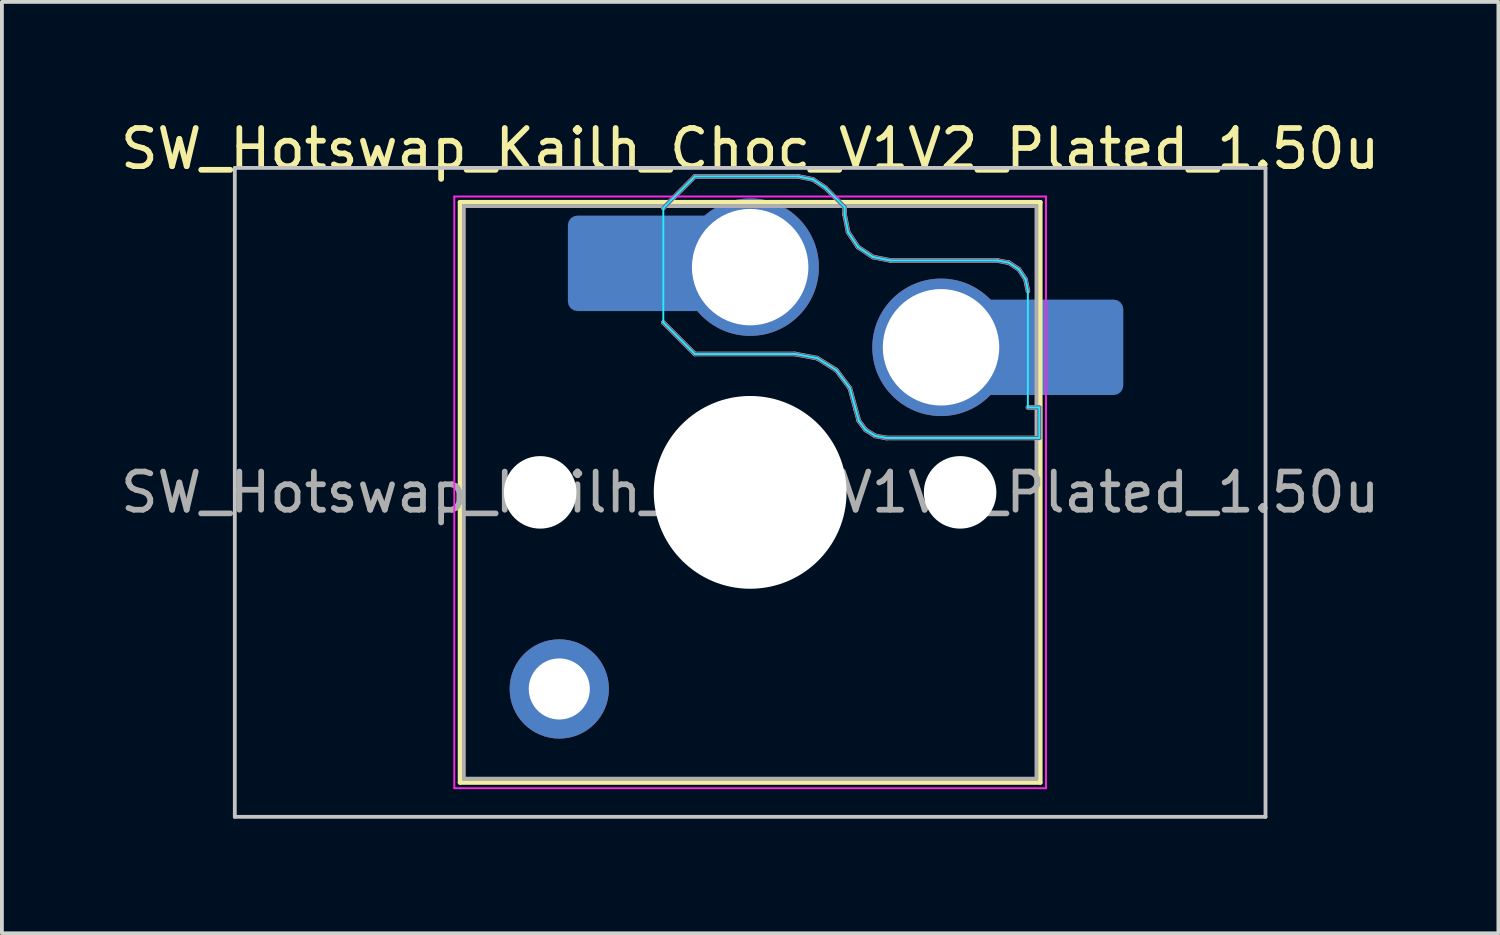
<source format=kicad_pcb>
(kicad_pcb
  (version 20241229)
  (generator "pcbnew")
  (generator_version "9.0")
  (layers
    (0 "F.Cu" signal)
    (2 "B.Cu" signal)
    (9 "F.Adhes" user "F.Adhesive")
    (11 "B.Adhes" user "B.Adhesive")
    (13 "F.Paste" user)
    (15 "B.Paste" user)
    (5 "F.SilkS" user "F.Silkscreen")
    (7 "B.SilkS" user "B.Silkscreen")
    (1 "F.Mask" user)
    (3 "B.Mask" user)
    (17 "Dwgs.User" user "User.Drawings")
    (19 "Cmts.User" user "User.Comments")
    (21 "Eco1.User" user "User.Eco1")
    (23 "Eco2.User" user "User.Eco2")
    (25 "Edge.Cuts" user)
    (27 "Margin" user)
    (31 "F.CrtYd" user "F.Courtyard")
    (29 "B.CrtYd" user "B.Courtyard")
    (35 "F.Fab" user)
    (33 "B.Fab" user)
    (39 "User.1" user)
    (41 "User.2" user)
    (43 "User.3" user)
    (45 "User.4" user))
  (footprint "SW_Hotswap_Kailh_Choc_V1V2_Plated_1.50u"
    (layer "F.Cu")
    (at 16.601 9.848)
    (property "Reference" "SW_Hotswap_Kailh_Choc_V1V2_Plated_1.50u" (at 0 -9 0) (layer "F.SilkS") (effects (font (size 1 1) (thickness 0.15))))
    (attr smd)
    (fp_line (start -7.6 -7.6) (end -7.6 7.6) (stroke (width 0.12) (type solid)) (layer "F.SilkS"))
    (fp_line (start -7.6 7.6) (end 7.6 7.6) (stroke (width 0.12) (type solid)) (layer "F.SilkS"))
    (fp_line (start 7.6 -7.6) (end -7.6 -7.6) (stroke (width 0.12) (type solid)) (layer "F.SilkS"))
    (fp_line (start 7.6 7.6) (end 7.6 -7.6) (stroke (width 0.12) (type solid)) (layer "F.SilkS"))
    (fp_line (start -2.275 -7.45) (end -1.45 -8.275) (stroke (width 0.12) (type solid)) (layer "B.SilkS"))
    (fp_line (start -1.45 -8.275) (end 1.261 -8.275) (stroke (width 0.12) (type solid)) (layer "B.SilkS"))
    (fp_line (start -1.45 -3.625) (end -2.275 -4.45) (stroke (width 0.12) (type solid)) (layer "B.SilkS"))
    (fp_line (start 1.175 -3.625) (end -1.45 -3.625) (stroke (width 0.12) (type solid)) (layer "B.SilkS"))
    (fp_line (start 1.261 -8.275) (end 1.643 -8.199) (stroke (width 0.12) (type solid)) (layer "B.SilkS"))
    (fp_line (start 1.643 -8.199) (end 1.968 -7.982) (stroke (width 0.12) (type solid)) (layer "B.SilkS"))
    (fp_line (start 1.756 -3.516) (end 1.175 -3.625) (stroke (width 0.12) (type solid)) (layer "B.SilkS"))
    (fp_line (start 1.968 -7.982) (end 2.475 -7.475) (stroke (width 0.12) (type solid)) (layer "B.SilkS"))
    (fp_line (start 2.258 -3.203) (end 1.756 -3.516) (stroke (width 0.12) (type solid)) (layer "B.SilkS"))
    (fp_line (start 2.475 -7.475) (end 2.475 -7.275) (stroke (width 0.12) (type solid)) (layer "B.SilkS"))
    (fp_line (start 2.475 -7.275) (end 2.566 -6.816) (stroke (width 0.12) (type solid)) (layer "B.SilkS"))
    (fp_line (start 2.566 -6.816) (end 2.826 -6.426) (stroke (width 0.12) (type solid)) (layer "B.SilkS"))
    (fp_line (start 2.612 -2.729) (end 2.258 -3.203) (stroke (width 0.12) (type solid)) (layer "B.SilkS"))
    (fp_line (start 2.769 -2.158) (end 2.612 -2.729) (stroke (width 0.12) (type solid)) (layer "B.SilkS"))
    (fp_line (start 2.826 -6.426) (end 3.216 -6.166) (stroke (width 0.12) (type solid)) (layer "B.SilkS"))
    (fp_line (start 2.848 -1.873) (end 2.769 -2.158) (stroke (width 0.12) (type solid)) (layer "B.SilkS"))
    (fp_line (start 3.025 -1.636) (end 2.848 -1.873) (stroke (width 0.12) (type solid)) (layer "B.SilkS"))
    (fp_line (start 3.216 -6.166) (end 3.675 -6.075) (stroke (width 0.12) (type solid)) (layer "B.SilkS"))
    (fp_line (start 3.276 -1.48) (end 3.025 -1.636) (stroke (width 0.12) (type solid)) (layer "B.SilkS"))
    (fp_line (start 3.567 -1.425) (end 3.276 -1.48) (stroke (width 0.12) (type solid)) (layer "B.SilkS"))
    (fp_line (start 3.675 -6.075) (end 6.475 -6.075) (stroke (width 0.12) (type solid)) (layer "B.SilkS"))
    (fp_line (start 6.475 -6.075) (end 6.781 -6.014) (stroke (width 0.12) (type solid)) (layer "B.SilkS"))
    (fp_line (start 6.781 -6.014) (end 7.041 -5.841) (stroke (width 0.12) (type solid)) (layer "B.SilkS"))
    (fp_line (start 7.041 -5.841) (end 7.214 -5.581) (stroke (width 0.12) (type solid)) (layer "B.SilkS"))
    (fp_line (start 7.214 -5.581) (end 7.275 -5.275) (stroke (width 0.12) (type solid)) (layer "B.SilkS"))
    (fp_line (start 7.275 -2.225) (end 7.575 -2.225) (stroke (width 0.12) (type solid)) (layer "B.SilkS"))
    (fp_line (start 7.575 -2.225) (end 7.575 -1.425) (stroke (width 0.12) (type solid)) (layer "B.SilkS"))
    (fp_line (start 7.575 -1.425) (end 3.567 -1.425) (stroke (width 0.12) (type solid)) (layer "B.SilkS"))
    (fp_line (start -13.5 -8.5) (end -13.5 8.5) (stroke (width 0.1) (type solid)) (layer "Dwgs.User"))
    (fp_line (start -13.5 8.5) (end 13.5 8.5) (stroke (width 0.1) (type solid)) (layer "Dwgs.User"))
    (fp_line (start 13.5 -8.5) (end -13.5 -8.5) (stroke (width 0.1) (type solid)) (layer "Dwgs.User"))
    (fp_line (start 13.5 8.5) (end 13.5 -8.5) (stroke (width 0.1) (type solid)) (layer "Dwgs.User"))
    (fp_line (start -7.25 -7.25) (end -7.25 7.25) (stroke (width 0.1) (type solid)) (layer "Eco1.User"))
    (fp_line (start -7.25 7.25) (end 7.25 7.25) (stroke (width 0.1) (type solid)) (layer "Eco1.User"))
    (fp_line (start 7.25 -7.25) (end -7.25 -7.25) (stroke (width 0.1) (type solid)) (layer "Eco1.User"))
    (fp_line (start 7.25 7.25) (end 7.25 -7.25) (stroke (width 0.1) (type solid)) (layer "Eco1.User"))
    (fp_line (start -2.275 -7.45) (end -1.45 -8.275) (stroke (width 0.05) (type solid)) (layer "B.CrtYd"))
    (fp_line (start -2.275 -4.45) (end -2.275 -7.45) (stroke (width 0.05) (type solid)) (layer "B.CrtYd"))
    (fp_line (start -1.45 -8.275) (end 1.261 -8.275) (stroke (width 0.05) (type solid)) (layer "B.CrtYd"))
    (fp_line (start -1.45 -3.625) (end -2.275 -4.45) (stroke (width 0.05) (type solid)) (layer "B.CrtYd"))
    (fp_line (start 1.175 -3.625) (end -1.45 -3.625) (stroke (width 0.05) (type solid)) (layer "B.CrtYd"))
    (fp_line (start 1.261 -8.275) (end 1.643 -8.199) (stroke (width 0.05) (type solid)) (layer "B.CrtYd"))
    (fp_line (start 1.643 -8.199) (end 1.968 -7.982) (stroke (width 0.05) (type solid)) (layer "B.CrtYd"))
    (fp_line (start 1.756 -3.516) (end 1.175 -3.625) (stroke (width 0.05) (type solid)) (layer "B.CrtYd"))
    (fp_line (start 1.968 -7.982) (end 2.475 -7.475) (stroke (width 0.05) (type solid)) (layer "B.CrtYd"))
    (fp_line (start 2.258 -3.203) (end 1.756 -3.516) (stroke (width 0.05) (type solid)) (layer "B.CrtYd"))
    (fp_line (start 2.475 -7.475) (end 2.475 -7.275) (stroke (width 0.05) (type solid)) (layer "B.CrtYd"))
    (fp_line (start 2.475 -7.275) (end 2.566 -6.816) (stroke (width 0.05) (type solid)) (layer "B.CrtYd"))
    (fp_line (start 2.566 -6.816) (end 2.826 -6.426) (stroke (width 0.05) (type solid)) (layer "B.CrtYd"))
    (fp_line (start 2.612 -2.729) (end 2.258 -3.203) (stroke (width 0.05) (type solid)) (layer "B.CrtYd"))
    (fp_line (start 2.769 -2.158) (end 2.612 -2.729) (stroke (width 0.05) (type solid)) (layer "B.CrtYd"))
    (fp_line (start 2.826 -6.426) (end 3.216 -6.166) (stroke (width 0.05) (type solid)) (layer "B.CrtYd"))
    (fp_line (start 2.848 -1.873) (end 2.769 -2.158) (stroke (width 0.05) (type solid)) (layer "B.CrtYd"))
    (fp_line (start 3.025 -1.636) (end 2.848 -1.873) (stroke (width 0.05) (type solid)) (layer "B.CrtYd"))
    (fp_line (start 3.216 -6.166) (end 3.675 -6.075) (stroke (width 0.05) (type solid)) (layer "B.CrtYd"))
    (fp_line (start 3.276 -1.48) (end 3.025 -1.636) (stroke (width 0.05) (type solid)) (layer "B.CrtYd"))
    (fp_line (start 3.567 -1.425) (end 3.276 -1.48) (stroke (width 0.05) (type solid)) (layer "B.CrtYd"))
    (fp_line (start 3.675 -6.075) (end 6.475 -6.075) (stroke (width 0.05) (type solid)) (layer "B.CrtYd"))
    (fp_line (start 6.475 -6.075) (end 6.781 -6.014) (stroke (width 0.05) (type solid)) (layer "B.CrtYd"))
    (fp_line (start 6.781 -6.014) (end 7.041 -5.841) (stroke (width 0.05) (type solid)) (layer "B.CrtYd"))
    (fp_line (start 7.041 -5.841) (end 7.214 -5.581) (stroke (width 0.05) (type solid)) (layer "B.CrtYd"))
    (fp_line (start 7.214 -5.581) (end 7.275 -5.275) (stroke (width 0.05) (type solid)) (layer "B.CrtYd"))
    (fp_line (start 7.275 -5.275) (end 7.275 -2.225) (stroke (width 0.05) (type solid)) (layer "B.CrtYd"))
    (fp_line (start 7.275 -2.225) (end 7.575 -2.225) (stroke (width 0.05) (type solid)) (layer "B.CrtYd"))
    (fp_line (start 7.575 -2.225) (end 7.575 -1.425) (stroke (width 0.05) (type solid)) (layer "B.CrtYd"))
    (fp_line (start 7.575 -1.425) (end 3.567 -1.425) (stroke (width 0.05) (type solid)) (layer "B.CrtYd"))
    (fp_line (start -7.75 -7.75) (end -7.75 7.75) (stroke (width 0.05) (type solid)) (layer "F.CrtYd"))
    (fp_line (start -7.75 7.75) (end 7.75 7.75) (stroke (width 0.05) (type solid)) (layer "F.CrtYd"))
    (fp_line (start 7.75 -7.75) (end -7.75 -7.75) (stroke (width 0.05) (type solid)) (layer "F.CrtYd"))
    (fp_line (start 7.75 7.75) (end 7.75 -7.75) (stroke (width 0.05) (type solid)) (layer "F.CrtYd"))
    (fp_line (start -2.275 -7.45) (end -1.45 -8.275) (stroke (width 0.1) (type solid)) (layer "B.Fab"))
    (fp_line (start -1.45 -8.275) (end 1.261 -8.275) (stroke (width 0.1) (type solid)) (layer "B.Fab"))
    (fp_line (start -1.45 -3.625) (end -2.275 -4.45) (stroke (width 0.1) (type solid)) (layer "B.Fab"))
    (fp_line (start 1.175 -3.625) (end -1.45 -3.625) (stroke (width 0.1) (type solid)) (layer "B.Fab"))
    (fp_line (start 1.261 -8.275) (end 1.643 -8.199) (stroke (width 0.1) (type solid)) (layer "B.Fab"))
    (fp_line (start 1.643 -8.199) (end 1.968 -7.982) (stroke (width 0.1) (type solid)) (layer "B.Fab"))
    (fp_line (start 1.756 -3.516) (end 1.175 -3.625) (stroke (width 0.1) (type solid)) (layer "B.Fab"))
    (fp_line (start 1.968 -7.982) (end 2.475 -7.475) (stroke (width 0.1) (type solid)) (layer "B.Fab"))
    (fp_line (start 2.258 -3.203) (end 1.756 -3.516) (stroke (width 0.1) (type solid)) (layer "B.Fab"))
    (fp_line (start 2.475 -7.475) (end 2.475 -7.275) (stroke (width 0.1) (type solid)) (layer "B.Fab"))
    (fp_line (start 2.475 -7.275) (end 2.566 -6.816) (stroke (width 0.1) (type solid)) (layer "B.Fab"))
    (fp_line (start 2.566 -6.816) (end 2.826 -6.426) (stroke (width 0.1) (type solid)) (layer "B.Fab"))
    (fp_line (start 2.612 -2.729) (end 2.258 -3.203) (stroke (width 0.1) (type solid)) (layer "B.Fab"))
    (fp_line (start 2.769 -2.158) (end 2.612 -2.729) (stroke (width 0.1) (type solid)) (layer "B.Fab"))
    (fp_line (start 2.826 -6.426) (end 3.216 -6.166) (stroke (width 0.1) (type solid)) (layer "B.Fab"))
    (fp_line (start 2.848 -1.873) (end 2.769 -2.158) (stroke (width 0.1) (type solid)) (layer "B.Fab"))
    (fp_line (start 3.025 -1.636) (end 2.848 -1.873) (stroke (width 0.1) (type solid)) (layer "B.Fab"))
    (fp_line (start 3.216 -6.166) (end 3.675 -6.075) (stroke (width 0.1) (type solid)) (layer "B.Fab"))
    (fp_line (start 3.276 -1.48) (end 3.025 -1.636) (stroke (width 0.1) (type solid)) (layer "B.Fab"))
    (fp_line (start 3.567 -1.425) (end 3.276 -1.48) (stroke (width 0.1) (type solid)) (layer "B.Fab"))
    (fp_line (start 3.675 -6.075) (end 6.475 -6.075) (stroke (width 0.1) (type solid)) (layer "B.Fab"))
    (fp_line (start 6.475 -6.075) (end 6.781 -6.014) (stroke (width 0.1) (type solid)) (layer "B.Fab"))
    (fp_line (start 6.781 -6.014) (end 7.041 -5.841) (stroke (width 0.1) (type solid)) (layer "B.Fab"))
    (fp_line (start 7.041 -5.841) (end 7.214 -5.581) (stroke (width 0.1) (type solid)) (layer "B.Fab"))
    (fp_line (start 7.214 -5.581) (end 7.275 -5.275) (stroke (width 0.1) (type solid)) (layer "B.Fab"))
    (fp_line (start 7.275 -2.225) (end 7.575 -2.225) (stroke (width 0.1) (type solid)) (layer "B.Fab"))
    (fp_line (start 7.575 -2.225) (end 7.575 -1.425) (stroke (width 0.1) (type solid)) (layer "B.Fab"))
    (fp_line (start 7.575 -1.425) (end 3.567 -1.425) (stroke (width 0.1) (type solid)) (layer "B.Fab"))
    (fp_line (start -7.5 -7.5) (end -7.5 7.5) (stroke (width 0.1) (type solid)) (layer "F.Fab"))
    (fp_line (start -7.5 7.5) (end 7.5 7.5) (stroke (width 0.1) (type solid)) (layer "F.Fab"))
    (fp_line (start 7.5 -7.5) (end -7.5 -7.5) (stroke (width 0.1) (type solid)) (layer "F.Fab"))
    (fp_line (start 7.5 7.5) (end 7.5 -7.5) (stroke (width 0.1) (type solid)) (layer "F.Fab"))
    (fp_text user "${REFERENCE}" (at 0 0 0) (layer "F.Fab") (effects (font (size 1 1) (thickness 0.15))))
    (pad "" np_thru_hole circle (at -5.5 0) (size 1.9 1.9) (drill 1.9) (layers "*.Cu" "*.Mask"))
    (pad "" smd circle (at -5 5.15) (size 1.65 1.65) (layers "F.Mask"))
    (pad "" thru_hole circle (at -5 5.15) (size 2.6 2.6) (drill 1.6) (layers "*.Cu" "B.Mask"))
    (pad "" smd roundrect (at -3.5 -6) (size 2.55 2.5) (layers "B.Mask" "B.Paste") (roundrect_rratio 0.1))
    (pad "" smd circle (at 0 -5.9) (size 3.1 3.1) (layers "F.Mask"))
    (pad "" np_thru_hole circle (at 0 0) (size 5.05 5.05) (drill 5.05) (layers "*.Cu" "*.Mask"))
    (pad "" smd circle (at 5 -3.8) (size 3.1 3.1) (layers "F.Mask"))
    (pad "" np_thru_hole circle (at 5.5 0) (size 1.9 1.9) (drill 1.9) (layers "*.Cu" "*.Mask"))
    (pad "" smd roundrect (at 8.5 -3.8) (size 2.55 2.5) (layers "B.Mask" "B.Paste") (roundrect_rratio 0.1))
    (pad "1" smd roundrect (at -2.85 -6) (size 3.85 2.5) (layers "B.Cu") (roundrect_rratio 0.1))
    (pad "1" thru_hole circle (at 0 -5.9) (size 3.6 3.6) (drill 3.05) (layers "*.Cu" "B.Mask"))
    (pad "2" thru_hole circle (at 5 -3.8) (size 3.6 3.6) (drill 3.05) (layers "*.Cu" "B.Mask"))
    (pad "2" smd roundrect (at 7.85 -3.8) (size 3.85 2.5) (layers "B.Cu") (roundrect_rratio 0.1)))
  (gr_rect
    (start -3 -3)
    (end 36.202 21.398)
    (stroke (width 0.1) (type default))
    (fill no)
    (layer "Edge.Cuts")))
</source>
